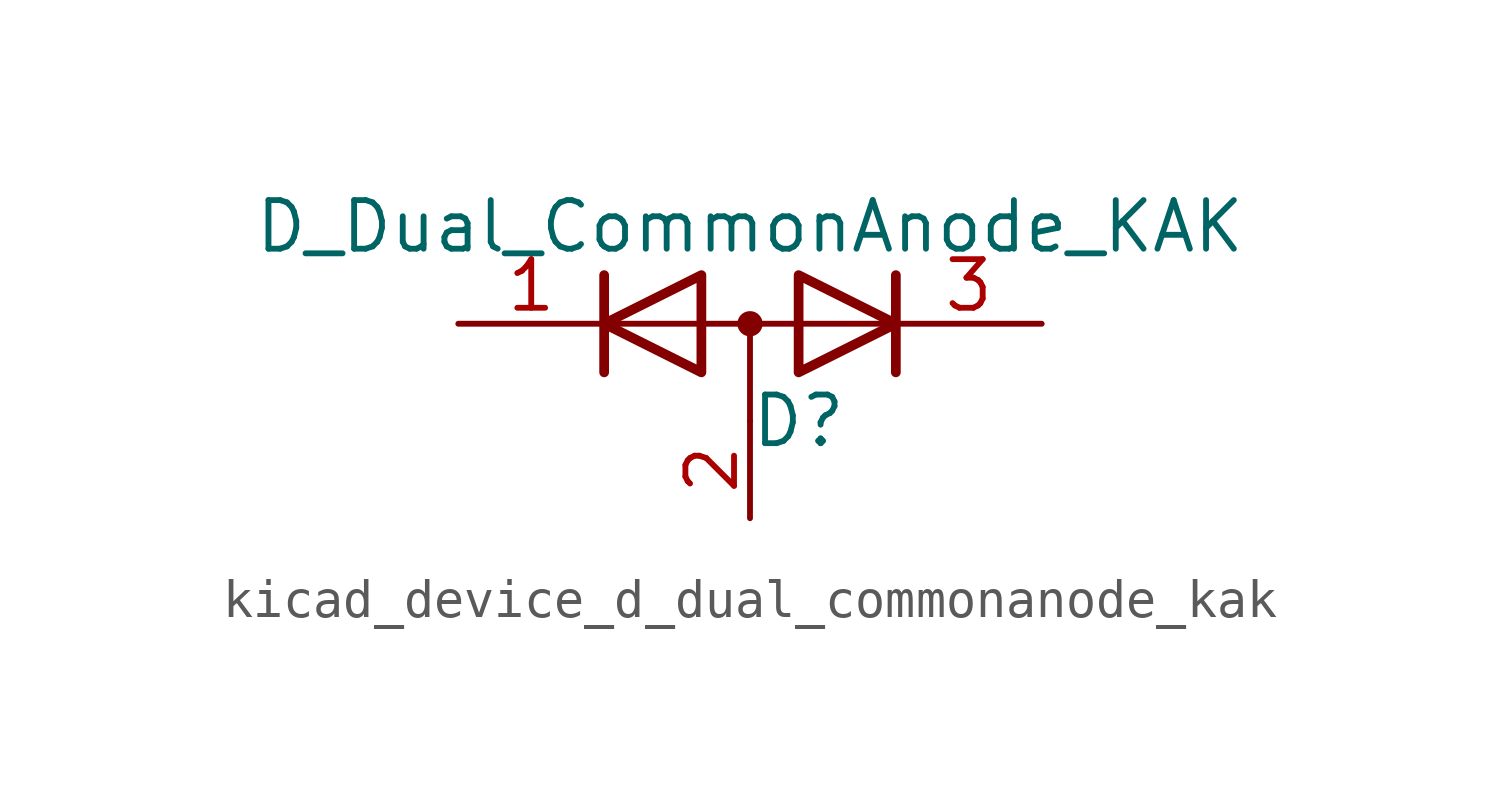
<source format=kicad_sym>
(kicad_symbol_lib
  (version 20220914)
  (generator kicad_symbol_editor)
  (symbol "kicad_device_d_dual_commonanode_kak"
    (pin_names
      (offset 0.762) hide)
    (property "Reference" "D"
      (at 1.27 -2.54 0)
      (effects (font (size 1.27 1.27))))
    (property "Value" "D_Dual_CommonAnode_KAK"
      (at 0 2.54 0)
      (effects (font (size 1.27 1.27))))
    (symbol "kicad_device_d_dual_commonanode_kak_0_1"
      (polyline (pts (xy 0 0) (xy 0 -2.54)) (stroke (width 0) (type default)) (fill (type none)))
      (polyline (pts (xy 3.81 0) (xy -3.81 0)) (stroke (width 0) (type default)) (fill (type none)))
      (polyline (pts (xy -3.81 1.27) (xy -3.81 -1.27) (xy -3.81 -1.27)) (stroke (width 0.254) (type default)) (fill (type none)))
      (polyline (pts (xy 3.81 1.27) (xy 3.81 -1.27) (xy 3.81 -1.27)) (stroke (width 0.254) (type default)) (fill (type none)))
      (polyline (pts (xy -1.27 -1.27) (xy -3.81 0) (xy -1.27 1.27) (xy -1.27 -1.27) (xy -1.27 -1.27) (xy -1.27 -1.27)) (stroke (width 0.254) (type default)) (fill (type none)))
      (polyline (pts (xy 1.27 1.27) (xy 3.81 0) (xy 1.27 -1.27) (xy 1.27 1.27) (xy 1.27 1.27) (xy 1.27 1.27)) (stroke (width 0.254) (type default)) (fill (type none)))
      (circle (center 0 0) (radius 0.254) (stroke (width 0) (type default)) (fill (type outline)))
      (pin passive line (at -7.62 0 0) (length 3.81) (name "K" (effects (font (size 1.27 1.27)))) (number "1" (effects (font (size 1.27 1.27)))))
      (pin passive line (at 0 -5.08 90) (length 2.54) (name "A" (effects (font (size 1.27 1.27)))) (number "2" (effects (font (size 1.27 1.27)))))
      (pin passive line (at 7.62 0 180) (length 3.81) (name "K" (effects (font (size 1.27 1.27)))) (number "3" (effects (font (size 1.27 1.27))))))))
</source>
